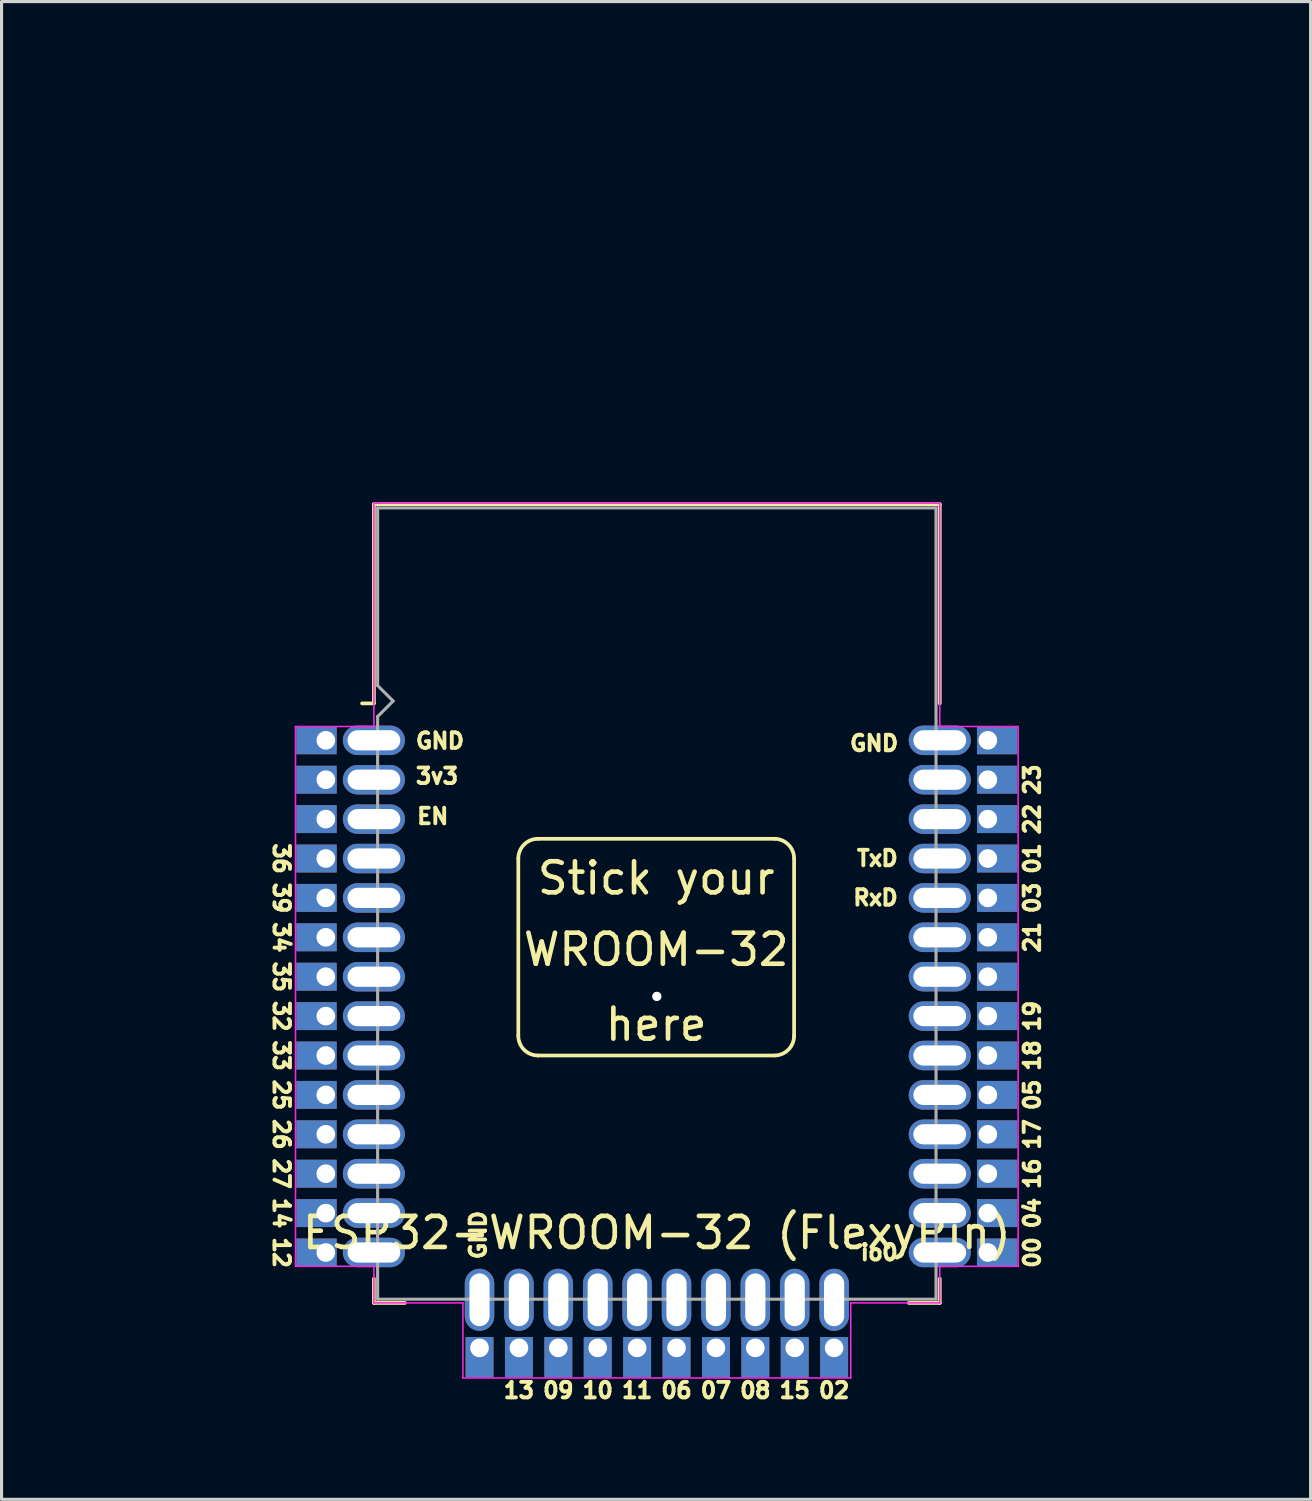
<source format=kicad_pcb>
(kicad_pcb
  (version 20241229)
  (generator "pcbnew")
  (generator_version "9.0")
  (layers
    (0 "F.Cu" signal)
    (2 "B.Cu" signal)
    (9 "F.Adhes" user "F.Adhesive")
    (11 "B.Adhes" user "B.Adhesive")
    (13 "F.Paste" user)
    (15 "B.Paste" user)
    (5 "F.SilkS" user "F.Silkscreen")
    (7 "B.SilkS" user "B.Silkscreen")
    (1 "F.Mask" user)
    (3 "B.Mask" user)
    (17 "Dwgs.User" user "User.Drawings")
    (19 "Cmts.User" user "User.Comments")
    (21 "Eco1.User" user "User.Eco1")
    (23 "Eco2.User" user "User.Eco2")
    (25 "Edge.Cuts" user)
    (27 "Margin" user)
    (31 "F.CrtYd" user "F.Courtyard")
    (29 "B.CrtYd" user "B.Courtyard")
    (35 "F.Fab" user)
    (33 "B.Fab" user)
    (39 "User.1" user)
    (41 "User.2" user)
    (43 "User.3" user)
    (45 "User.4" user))
  (footprint "ESP32-WROOM-32 (FlexyPin)"
    (layer "F.Cu")
    (at 18.122 29.068)
    (property "Reference" "ESP32-WROOM-32 (FlexyPin)" (at 0 7.62 0) (layer "F.SilkS") (effects (font (size 1 1) (thickness 0.15))))
    (attr through_hole)
    (fp_line (start -9.12 -15.865) (end -9.12 -9.445) (stroke (width 0.12) (type solid)) (layer "F.SilkS"))
    (fp_line (start -9.12 -15.865) (end 9.12 -15.865) (stroke (width 0.12) (type solid)) (layer "F.SilkS"))
    (fp_line (start -9.12 -9.445) (end -9.5 -9.445) (stroke (width 0.12) (type solid)) (layer "F.SilkS"))
    (fp_line (start -9.12 9.1) (end -9.12 9.88) (stroke (width 0.12) (type solid)) (layer "F.SilkS"))
    (fp_line (start -9.12 9.88) (end -8.12 9.88) (stroke (width 0.12) (type solid)) (layer "F.SilkS"))
    (fp_line (start -4.465 -4.445) (end -4.465 1.27) (stroke (width 0.12) (type solid)) (layer "F.SilkS"))
    (fp_line (start -3.83 -5.08) (end 3.79 -5.08) (stroke (width 0.12) (type solid)) (layer "F.SilkS"))
    (fp_line (start 3.79 1.905) (end -3.83 1.905) (stroke (width 0.12) (type solid)) (layer "F.SilkS"))
    (fp_line (start 4.425 -4.445) (end 4.425 1.27) (stroke (width 0.12) (type solid)) (layer "F.SilkS"))
    (fp_line (start 9.12 -15.865) (end 9.12 -9.445) (stroke (width 0.12) (type solid)) (layer "F.SilkS"))
    (fp_line (start 9.12 9.1) (end 9.12 9.88) (stroke (width 0.12) (type solid)) (layer "F.SilkS"))
    (fp_line (start 9.12 9.88) (end 8.12 9.88) (stroke (width 0.12) (type solid)) (layer "F.SilkS"))
    (fp_arc (start -4.465096 -4.445) (mid -4.279109 -4.894013) (end -3.830096 -5.08) (stroke (width 0.12) (type solid)) (layer "F.SilkS"))
    (fp_arc (start -3.830096 1.905001) (mid -4.279109 1.719014) (end -4.465096 1.270001) (stroke (width 0.12) (type solid)) (layer "F.SilkS"))
    (fp_arc (start 3.789904 -5.079999) (mid 4.238915 -4.894011) (end 4.424904 -4.444999) (stroke (width 0.12) (type solid)) (layer "F.SilkS"))
    (fp_arc (start 4.424904 1.270002) (mid 4.238917 1.719017) (end 3.789904 1.905002) (stroke (width 0.12) (type solid)) (layer "F.SilkS"))
    (fp_line (start -11.647 -8.7) (end -9.12 -8.7) (stroke (width 0.05) (type solid)) (layer "F.CrtYd"))
    (fp_line (start -11.647 8.7) (end -11.647 -8.7) (stroke (width 0.05) (type solid)) (layer "F.CrtYd"))
    (fp_line (start -11.647 8.7) (end -9.12 8.7) (stroke (width 0.05) (type solid)) (layer "F.CrtYd"))
    (fp_line (start -9.12 -15.9) (end -9.12 -8.7) (stroke (width 0.05) (type solid)) (layer "F.CrtYd"))
    (fp_line (start -9.12 -15.9) (end 9.12 -15.9) (stroke (width 0.05) (type solid)) (layer "F.CrtYd"))
    (fp_line (start -9.12 9.88) (end -9.12 8.7) (stroke (width 0.05) (type solid)) (layer "F.CrtYd"))
    (fp_line (start -6.25 9.88) (end -9.12 9.88) (stroke (width 0.05) (type solid)) (layer "F.CrtYd"))
    (fp_line (start -6.25 12.3) (end -6.25 9.88) (stroke (width 0.05) (type solid)) (layer "F.CrtYd"))
    (fp_line (start -6.25 12.3) (end 6.25 12.3) (stroke (width 0.05) (type solid)) (layer "F.CrtYd"))
    (fp_line (start 6.25 9.88) (end 9.12 9.88) (stroke (width 0.05) (type solid)) (layer "F.CrtYd"))
    (fp_line (start 6.25 12.3) (end 6.25 9.88) (stroke (width 0.05) (type solid)) (layer "F.CrtYd"))
    (fp_line (start 9.12 -15.9) (end 9.12 -8.7) (stroke (width 0.05) (type solid)) (layer "F.CrtYd"))
    (fp_line (start 9.12 -8.7) (end 11.647 -8.7) (stroke (width 0.05) (type solid)) (layer "F.CrtYd"))
    (fp_line (start 9.12 8.7) (end 11.647 8.7) (stroke (width 0.05) (type solid)) (layer "F.CrtYd"))
    (fp_line (start 9.12 9.88) (end 9.12 8.7) (stroke (width 0.05) (type solid)) (layer "F.CrtYd"))
    (fp_line (start 11.647 -8.7) (end 11.647 8.7) (stroke (width 0.05) (type solid)) (layer "F.CrtYd"))
    (fp_line (start -9 -15.745) (end -9 -10.02) (stroke (width 0.1) (type solid)) (layer "F.Fab"))
    (fp_line (start -9 -15.745) (end 9 -15.745) (stroke (width 0.1) (type solid)) (layer "F.Fab"))
    (fp_line (start -9 -9.02) (end -9 9.76) (stroke (width 0.1) (type solid)) (layer "F.Fab"))
    (fp_line (start -9 -9.02) (end -8.5 -9.52) (stroke (width 0.1) (type solid)) (layer "F.Fab"))
    (fp_line (start -9 9.76) (end 9 9.76) (stroke (width 0.1) (type solid)) (layer "F.Fab"))
    (fp_line (start -8.5 -9.52) (end -9 -10.02) (stroke (width 0.1) (type solid)) (layer "F.Fab"))
    (fp_line (start 9 9.76) (end 9 -15.745) (stroke (width 0.1) (type solid)) (layer "F.Fab"))
    (fp_text user "32" (at -12.1 0.635 270) (unlocked yes) (layer "F.SilkS") (effects (font (size 0.5 0.5) (thickness 0.125))))
    (fp_text user "00" (at 12.1 8.255 90) (unlocked yes) (layer "F.SilkS") (effects (font (size 0.5 0.5) (thickness 0.125))))
    (fp_text user "11" (at -0.635 12.7 0) (unlocked yes) (layer "F.SilkS") (effects (font (size 0.5 0.5) (thickness 0.125))))
    (fp_text user "19" (at 12.1 0.635 90) (unlocked yes) (layer "F.SilkS") (effects (font (size 0.5 0.5) (thickness 0.125))))
    (fp_text user "RxD" (at 7.834 -3.181 0) (layer "F.SilkS") (effects (font (size 0.5 0.5) (thickness 0.125)) (justify right)))
    (fp_text user "GND" (at 7.848 -8.159 0) (layer "F.SilkS") (effects (font (size 0.5 0.5) (thickness 0.125)) (justify right)))
    (fp_text user "EN" (at -7.794 -5.806 0) (layer "F.SilkS") (effects (font (size 0.5 0.5) (thickness 0.125)) (justify left)))
    (fp_text user "34" (at -12.1 -1.905 270) (unlocked yes) (layer "F.SilkS") (effects (font (size 0.5 0.5) (thickness 0.125))))
    (fp_text user "io0" (at 7.834 8.255 180) (layer "F.SilkS") (effects (font (size 0.5 0.5) (thickness 0.125)) (justify right)))
    (fp_text user "13" (at -4.445 12.7 0) (unlocked yes) (layer "F.SilkS") (effects (font (size 0.5 0.5) (thickness 0.125))))
    (fp_text user "05" (at 12.1 3.175 90) (unlocked yes) (layer "F.SilkS") (effects (font (size 0.5 0.5) (thickness 0.125))))
    (fp_text user "21" (at 12.1 -1.905 90) (unlocked yes) (layer "F.SilkS") (effects (font (size 0.5 0.5) (thickness 0.125))))
    (fp_text user "16" (at 12.1 5.715 90) (unlocked yes) (layer "F.SilkS") (effects (font (size 0.5 0.5) (thickness 0.125))))
    (fp_text user "25" (at -12.1 3.175 270) (unlocked yes) (layer "F.SilkS") (effects (font (size 0.5 0.5) (thickness 0.125))))
    (fp_text user "15" (at 4.445 12.7 0) (unlocked yes) (layer "F.SilkS") (effects (font (size 0.5 0.5) (thickness 0.125))))
    (fp_text user "23" (at 12.1 -6.985 90) (unlocked yes) (layer "F.SilkS") (effects (font (size 0.5 0.5) (thickness 0.125))))
    (fp_text user "03" (at 12.1 -3.175 90) (unlocked yes) (layer "F.SilkS") (effects (font (size 0.5 0.5) (thickness 0.125))))
    (fp_text user "18" (at 12.1 1.905 90) (unlocked yes) (layer "F.SilkS") (effects (font (size 0.5 0.5) (thickness 0.125))))
    (fp_text user "09" (at -3.175 12.7 0) (unlocked yes) (layer "F.SilkS") (effects (font (size 0.5 0.5) (thickness 0.125))))
    (fp_text user "Stick your" (at -0.02 -3.81 0) (unlocked yes) (layer "F.SilkS") (effects (font (size 1 1) (thickness 0.15))))
    (fp_text user "here" (at -0.02 0.905 0) (unlocked yes) (layer "F.SilkS") (effects (font (size 1 1) (thickness 0.15))))
    (fp_text user "01" (at 12.1 -4.445 90) (unlocked yes) (layer "F.SilkS") (effects (font (size 0.5 0.5) (thickness 0.125))))
    (fp_text user "TxD" (at 7.834 -4.451 0) (layer "F.SilkS") (effects (font (size 0.5 0.5) (thickness 0.125)) (justify right)))
    (fp_text user "WROOM-32" (at -0.02 -1.508 0) (unlocked yes) (layer "F.SilkS") (effects (font (size 1 1) (thickness 0.15))))
    (fp_text user "27" (at -12.1 5.715 270) (unlocked yes) (layer "F.SilkS") (effects (font (size 0.5 0.5) (thickness 0.125))))
    (fp_text user "02" (at 5.715 12.7 0) (unlocked yes) (layer "F.SilkS") (effects (font (size 0.5 0.5) (thickness 0.125))))
    (fp_text user "GND" (at -7.834 -8.236 0) (layer "F.SilkS") (effects (font (size 0.5 0.5) (thickness 0.125)) (justify left)))
    (fp_text user "36" (at -12.1 -4.445 270) (unlocked yes) (layer "F.SilkS") (effects (font (size 0.5 0.5) (thickness 0.125))))
    (fp_text user "17" (at 12.1 4.445 90) (unlocked yes) (layer "F.SilkS") (effects (font (size 0.5 0.5) (thickness 0.125))))
    (fp_text user "3v3" (at -7.834 -7.102 0) (layer "F.SilkS") (effects (font (size 0.5 0.5) (thickness 0.125)) (justify left)))
    (fp_text user "08" (at 3.175 12.7 0) (unlocked yes) (layer "F.SilkS") (effects (font (size 0.5 0.5) (thickness 0.125))))
    (fp_text user "39" (at -12.1 -3.175 270) (unlocked yes) (layer "F.SilkS") (effects (font (size 0.5 0.5) (thickness 0.125))))
    (fp_text user "07" (at 1.905 12.7 0) (unlocked yes) (layer "F.SilkS") (effects (font (size 0.5 0.5) (thickness 0.125))))
    (fp_text user "35" (at -12.1 -0.635 270) (unlocked yes) (layer "F.SilkS") (effects (font (size 0.5 0.5) (thickness 0.125))))
    (fp_text user "10" (at -1.905 12.7 0) (unlocked yes) (layer "F.SilkS") (effects (font (size 0.5 0.5) (thickness 0.125))))
    (fp_text user "04" (at 12.1 6.985 90) (unlocked yes) (layer "F.SilkS") (effects (font (size 0.5 0.5) (thickness 0.125))))
    (fp_text user "06" (at 0.635 12.7 0) (unlocked yes) (layer "F.SilkS") (effects (font (size 0.5 0.5) (thickness 0.125))))
    (fp_text user "22" (at 12.1 -5.715 90) (unlocked yes) (layer "F.SilkS") (effects (font (size 0.5 0.5) (thickness 0.125))))
    (fp_text user "26" (at -12.1 4.445 270) (unlocked yes) (layer "F.SilkS") (effects (font (size 0.5 0.5) (thickness 0.125))))
    (fp_text user "GND" (at -5.759 8.537 90) (layer "F.SilkS") (effects (font (size 0.5 0.5) (thickness 0.125)) (justify left)))
    (fp_text user "33" (at -12.1 1.905 270) (unlocked yes) (layer "F.SilkS") (effects (font (size 0.5 0.5) (thickness 0.125))))
    (fp_text user "14" (at -12.1 6.985 270) (unlocked yes) (layer "F.SilkS") (effects (font (size 0.5 0.5) (thickness 0.125))))
    (fp_text user "12" (at -12.1 8.255 270) (unlocked yes) (layer "F.SilkS") (effects (font (size 0.5 0.5) (thickness 0.125))))
    (pad "" thru_hole oval (at -9.12 -4.445) (size 2 0.95) (drill oval 1.7 0.65) (layers "*.Cu" "*.Mask"))
    (pad "" thru_hole oval (at -9.12 -3.175) (size 2 0.95) (drill oval 1.7 0.65) (layers "*.Cu" "*.Mask"))
    (pad "" thru_hole oval (at -9.12 -1.905) (size 2 0.95) (drill oval 1.7 0.65) (layers "*.Cu" "*.Mask"))
    (pad "" thru_hole oval (at -9.12 -0.635) (size 2 0.95) (drill oval 1.7 0.65) (layers "*.Cu" "*.Mask"))
    (pad "" thru_hole oval (at -9.12 0.635) (size 2 0.95) (drill oval 1.7 0.65) (layers "*.Cu" "*.Mask"))
    (pad "" thru_hole oval (at -9.12 1.905) (size 2 0.95) (drill oval 1.7 0.65) (layers "*.Cu" "*.Mask"))
    (pad "" thru_hole oval (at -9.12 3.175) (size 2 0.95) (drill oval 1.7 0.65) (layers "*.Cu" "*.Mask"))
    (pad "" thru_hole oval (at -9.12 4.445) (size 2 0.95) (drill oval 1.7 0.65) (layers "*.Cu" "*.Mask"))
    (pad "" thru_hole oval (at -9.12 5.715) (size 2 0.95) (drill oval 1.7 0.65) (layers "*.Cu" "*.Mask"))
    (pad "" thru_hole oval (at -9.12 6.985) (size 2 0.95) (drill oval 1.7 0.65) (layers "*.Cu" "*.Mask"))
    (pad "" thru_hole oval (at -9.12 8.255) (size 2 0.95) (drill oval 1.7 0.65) (layers "*.Cu" "*.Mask"))
    (pad "" thru_hole oval (at -4.445 9.78 90) (size 2 0.95) (drill oval 1.7 0.65) (layers "*.Cu" "*.Mask"))
    (pad "" thru_hole oval (at -3.175 9.78 90) (size 2 0.95) (drill oval 1.7 0.65) (layers "*.Cu" "*.Mask"))
    (pad "" thru_hole oval (at -1.905 9.78 90) (size 2 0.95) (drill oval 1.7 0.65) (layers "*.Cu" "*.Mask"))
    (pad "" thru_hole oval (at -0.635 9.78 90) (size 2 0.95) (drill oval 1.7 0.65) (layers "*.Cu" "*.Mask"))
    (pad "" thru_hole oval (at 0.635 9.78 90) (size 2 0.95) (drill oval 1.7 0.65) (layers "*.Cu" "*.Mask"))
    (pad "" thru_hole oval (at 1.905 9.78 90) (size 2 0.95) (drill oval 1.7 0.65) (layers "*.Cu" "*.Mask"))
    (pad "" thru_hole oval (at 3.175 9.78 90) (size 2 0.95) (drill oval 1.7 0.65) (layers "*.Cu" "*.Mask"))
    (pad "" thru_hole oval (at 4.445 9.78 90) (size 2 0.95) (drill oval 1.7 0.65) (layers "*.Cu" "*.Mask"))
    (pad "" thru_hole oval (at 5.715 9.78 90) (size 2 0.95) (drill oval 1.7 0.65) (layers "*.Cu" "*.Mask"))
    (pad "" thru_hole oval (at 9.12 -6.985 180) (size 2 0.95) (drill oval 1.7 0.65) (layers "*.Cu" "*.Mask"))
    (pad "" thru_hole oval (at 9.12 -5.715 180) (size 2 0.95) (drill oval 1.7 0.65) (layers "*.Cu" "*.Mask"))
    (pad "" thru_hole oval (at 9.12 -1.905 180) (size 2 0.95) (drill oval 1.7 0.65) (layers "*.Cu" "*.Mask"))
    (pad "" thru_hole oval (at 9.12 -0.635 180) (size 2 0.95) (drill oval 1.7 0.65) (layers "*.Cu" "*.Mask"))
    (pad "" thru_hole oval (at 9.12 0.635 180) (size 2 0.95) (drill oval 1.7 0.65) (layers "*.Cu" "*.Mask"))
    (pad "" thru_hole oval (at 9.12 1.905 180) (size 2 0.95) (drill oval 1.7 0.65) (layers "*.Cu" "*.Mask"))
    (pad "" thru_hole oval (at 9.12 3.175 180) (size 2 0.95) (drill oval 1.7 0.65) (layers "*.Cu" "*.Mask"))
    (pad "" thru_hole oval (at 9.12 4.445 180) (size 2 0.95) (drill oval 1.7 0.65) (layers "*.Cu" "*.Mask"))
    (pad "" thru_hole oval (at 9.12 5.715 180) (size 2 0.95) (drill oval 1.7 0.65) (layers "*.Cu" "*.Mask"))
    (pad "" thru_hole oval (at 9.12 6.985 180) (size 2 0.95) (drill oval 1.7 0.65) (layers "*.Cu" "*.Mask"))
    (pad "1" thru_hole rect (at -10.67 -8.255) (size 1.3 0.9) (drill 0.6 (offset -0.3 0)) (layers "*.Cu" "*.Mask"))
    (pad "1" thru_hole oval (at -9.12 -8.255) (size 2 0.95) (drill oval 1.7 0.65) (layers "*.Cu" "*.Mask"))
    (pad "2" thru_hole rect (at -10.67 -6.985) (size 1.3 0.9) (drill 0.6 (offset -0.3 0)) (layers "*.Cu" "*.Mask"))
    (pad "2" thru_hole oval (at -9.12 -6.985) (size 2 0.95) (drill oval 1.7 0.65) (layers "*.Cu" "*.Mask"))
    (pad "3" thru_hole rect (at -10.67 -5.715) (size 1.3 0.9) (drill 0.6 (offset -0.3 0)) (layers "*.Cu" "*.Mask"))
    (pad "3" thru_hole oval (at -9.12 -5.715) (size 2 0.95) (drill oval 1.7 0.65) (layers "*.Cu" "*.Mask"))
    (pad "4" thru_hole rect (at -10.67 -4.445) (size 1.3 0.9) (drill 0.6 (offset -0.3 0)) (layers "*.Cu" "*.Mask"))
    (pad "5" thru_hole rect (at -10.67 -3.175) (size 1.3 0.9) (drill 0.6 (offset -0.3 0)) (layers "*.Cu" "*.Mask"))
    (pad "6" thru_hole rect (at -10.67 -1.905) (size 1.3 0.9) (drill 0.6 (offset -0.3 0)) (layers "*.Cu" "*.Mask"))
    (pad "7" thru_hole rect (at -10.67 -0.635) (size 1.3 0.9) (drill 0.6 (offset -0.3 0)) (layers "*.Cu" "*.Mask"))
    (pad "8" thru_hole rect (at -10.67 0.635) (size 1.3 0.9) (drill 0.6 (offset -0.3 0)) (layers "*.Cu" "*.Mask"))
    (pad "9" thru_hole rect (at -10.67 1.905) (size 1.3 0.9) (drill 0.6 (offset -0.3 0)) (layers "*.Cu" "*.Mask"))
    (pad "10" thru_hole rect (at -10.67 3.175) (size 1.3 0.9) (drill 0.6 (offset -0.3 0)) (layers "*.Cu" "*.Mask"))
    (pad "11" thru_hole rect (at -10.67 4.445) (size 1.3 0.9) (drill 0.6 (offset -0.3 0)) (layers "*.Cu" "*.Mask"))
    (pad "12" thru_hole rect (at -10.67 5.715) (size 1.3 0.9) (drill 0.6 (offset -0.3 0)) (layers "*.Cu" "*.Mask"))
    (pad "13" thru_hole rect (at -10.67 6.985) (size 1.3 0.9) (drill 0.6 (offset -0.3 0)) (layers "*.Cu" "*.Mask"))
    (pad "14" thru_hole rect (at -10.67 8.255) (size 1.3 0.9) (drill 0.6 (offset -0.3 0)) (layers "*.Cu" "*.Mask"))
    (pad "15" thru_hole oval (at -5.715 9.78 90) (size 2 0.95) (drill oval 1.7 0.65) (layers "*.Cu" "*.Mask"))
    (pad "15" thru_hole rect (at -5.715 11.33 90) (size 1.3 0.9) (drill 0.6 (offset -0.3 0)) (layers "*.Cu" "*.Mask"))
    (pad "16" thru_hole rect (at -4.445 11.33 90) (size 1.3 0.9) (drill 0.6 (offset -0.3 0)) (layers "*.Cu" "*.Mask"))
    (pad "17" thru_hole rect (at -3.175 11.33 90) (size 1.3 0.9) (drill 0.6 (offset -0.3 0)) (layers "*.Cu" "*.Mask"))
    (pad "18" thru_hole rect (at -1.905 11.33 90) (size 1.3 0.9) (drill 0.6 (offset -0.3 0)) (layers "*.Cu" "*.Mask"))
    (pad "19" thru_hole rect (at -0.635 11.33 90) (size 1.3 0.9) (drill 0.6 (offset -0.3 0)) (layers "*.Cu" "*.Mask"))
    (pad "20" thru_hole rect (at 0.635 11.33 90) (size 1.3 0.9) (drill 0.6 (offset -0.3 0)) (layers "*.Cu" "*.Mask"))
    (pad "21" thru_hole rect (at 1.905 11.33 90) (size 1.3 0.9) (drill 0.6 (offset -0.3 0)) (layers "*.Cu" "*.Mask"))
    (pad "22" thru_hole rect (at 3.175 11.33 90) (size 1.3 0.9) (drill 0.6 (offset -0.3 0)) (layers "*.Cu" "*.Mask"))
    (pad "23" thru_hole rect (at 4.445 11.33 90) (size 1.3 0.9) (drill 0.6 (offset -0.3 0)) (layers "*.Cu" "*.Mask"))
    (pad "24" thru_hole rect (at 5.715 11.33 90) (size 1.3 0.9) (drill 0.6 (offset -0.3 0)) (layers "*.Cu" "*.Mask"))
    (pad "25" thru_hole oval (at 9.12 8.255 180) (size 2 0.95) (drill oval 1.7 0.65) (layers "*.Cu" "*.Mask"))
    (pad "25" thru_hole rect (at 10.67 8.255 180) (size 1.3 0.9) (drill 0.6 (offset -0.3 0)) (layers "*.Cu" "*.Mask"))
    (pad "26" thru_hole rect (at 10.67 6.985 180) (size 1.3 0.9) (drill 0.6 (offset -0.3 0)) (layers "*.Cu" "*.Mask"))
    (pad "27" thru_hole rect (at 10.67 5.715 180) (size 1.3 0.9) (drill 0.6 (offset -0.3 0)) (layers "*.Cu" "*.Mask"))
    (pad "28" thru_hole rect (at 10.67 4.445 180) (size 1.3 0.9) (drill 0.6 (offset -0.3 0)) (layers "*.Cu" "*.Mask"))
    (pad "29" thru_hole rect (at 10.67 3.175 180) (size 1.3 0.9) (drill 0.6 (offset -0.3 0)) (layers "*.Cu" "*.Mask"))
    (pad "30" thru_hole rect (at 10.67 1.905 180) (size 1.3 0.9) (drill 0.6 (offset -0.3 0)) (layers "*.Cu" "*.Mask"))
    (pad "31" thru_hole rect (at 10.67 0.635 180) (size 1.3 0.9) (drill 0.6 (offset -0.3 0)) (layers "*.Cu" "*.Mask"))
    (pad "32" thru_hole rect (at 10.67 -0.635 180) (size 1.3 0.9) (drill 0.6 (offset -0.3 0)) (layers "*.Cu" "*.Mask"))
    (pad "33" thru_hole rect (at 10.67 -1.905 180) (size 1.3 0.9) (drill 0.6 (offset -0.3 0)) (layers "*.Cu" "*.Mask"))
    (pad "34" thru_hole oval (at 9.12 -3.175 180) (size 2 0.95) (drill oval 1.7 0.65) (layers "*.Cu" "*.Mask"))
    (pad "34" thru_hole rect (at 10.67 -3.175 180) (size 1.3 0.9) (drill 0.6 (offset -0.3 0)) (layers "*.Cu" "*.Mask"))
    (pad "35" thru_hole oval (at 9.12 -4.445 180) (size 2 0.95) (drill oval 1.7 0.65) (layers "*.Cu" "*.Mask"))
    (pad "35" thru_hole rect (at 10.67 -4.445 180) (size 1.3 0.9) (drill 0.6 (offset -0.3 0)) (layers "*.Cu" "*.Mask"))
    (pad "36" thru_hole rect (at 10.67 -5.715 180) (size 1.3 0.9) (drill 0.6 (offset -0.3 0)) (layers "*.Cu" "*.Mask"))
    (pad "37" thru_hole rect (at 10.67 -6.985 180) (size 1.3 0.9) (drill 0.6 (offset -0.3 0)) (layers "*.Cu" "*.Mask"))
    (pad "38" thru_hole oval (at 9.12 -8.255 180) (size 2 0.95) (drill oval 1.7 0.65) (layers "*.Cu" "*.Mask"))
    (pad "38" thru_hole rect (at 10.67 -8.255 180) (size 1.3 0.9) (drill 0.6 (offset -0.3 0)) (layers "*.Cu" "*.Mask"))
    (pad "39" thru_hole circle (at 0 0) (size 0.4 0.4) (drill 0.3) (layers "*.Cu") (remove_unused_layers yes) (zone_layer_connections))
    (zone (net_name "") (layers "F.Cu" "B.Cu") (name "Antenna") (hatch full 0.508) (connect_pads) (min_thickness 0.254) (filled_areas_thickness no) (keepout (tracks not_allowed) (vias not_allowed) (pads not_allowed) (copperpour not_allowed) (footprints allowed)) (placement (enabled no)) (fill) (polygon (pts (xy 36.195 19.05) (xy 0 19.05) (xy 0 0) (xy 36.195 0)))))
  (gr_rect
    (start -3 -3)
    (end 39.195 45.28)
    (stroke (width 0.1) (type default))
    (fill no)
    (layer "Edge.Cuts")))
</source>
